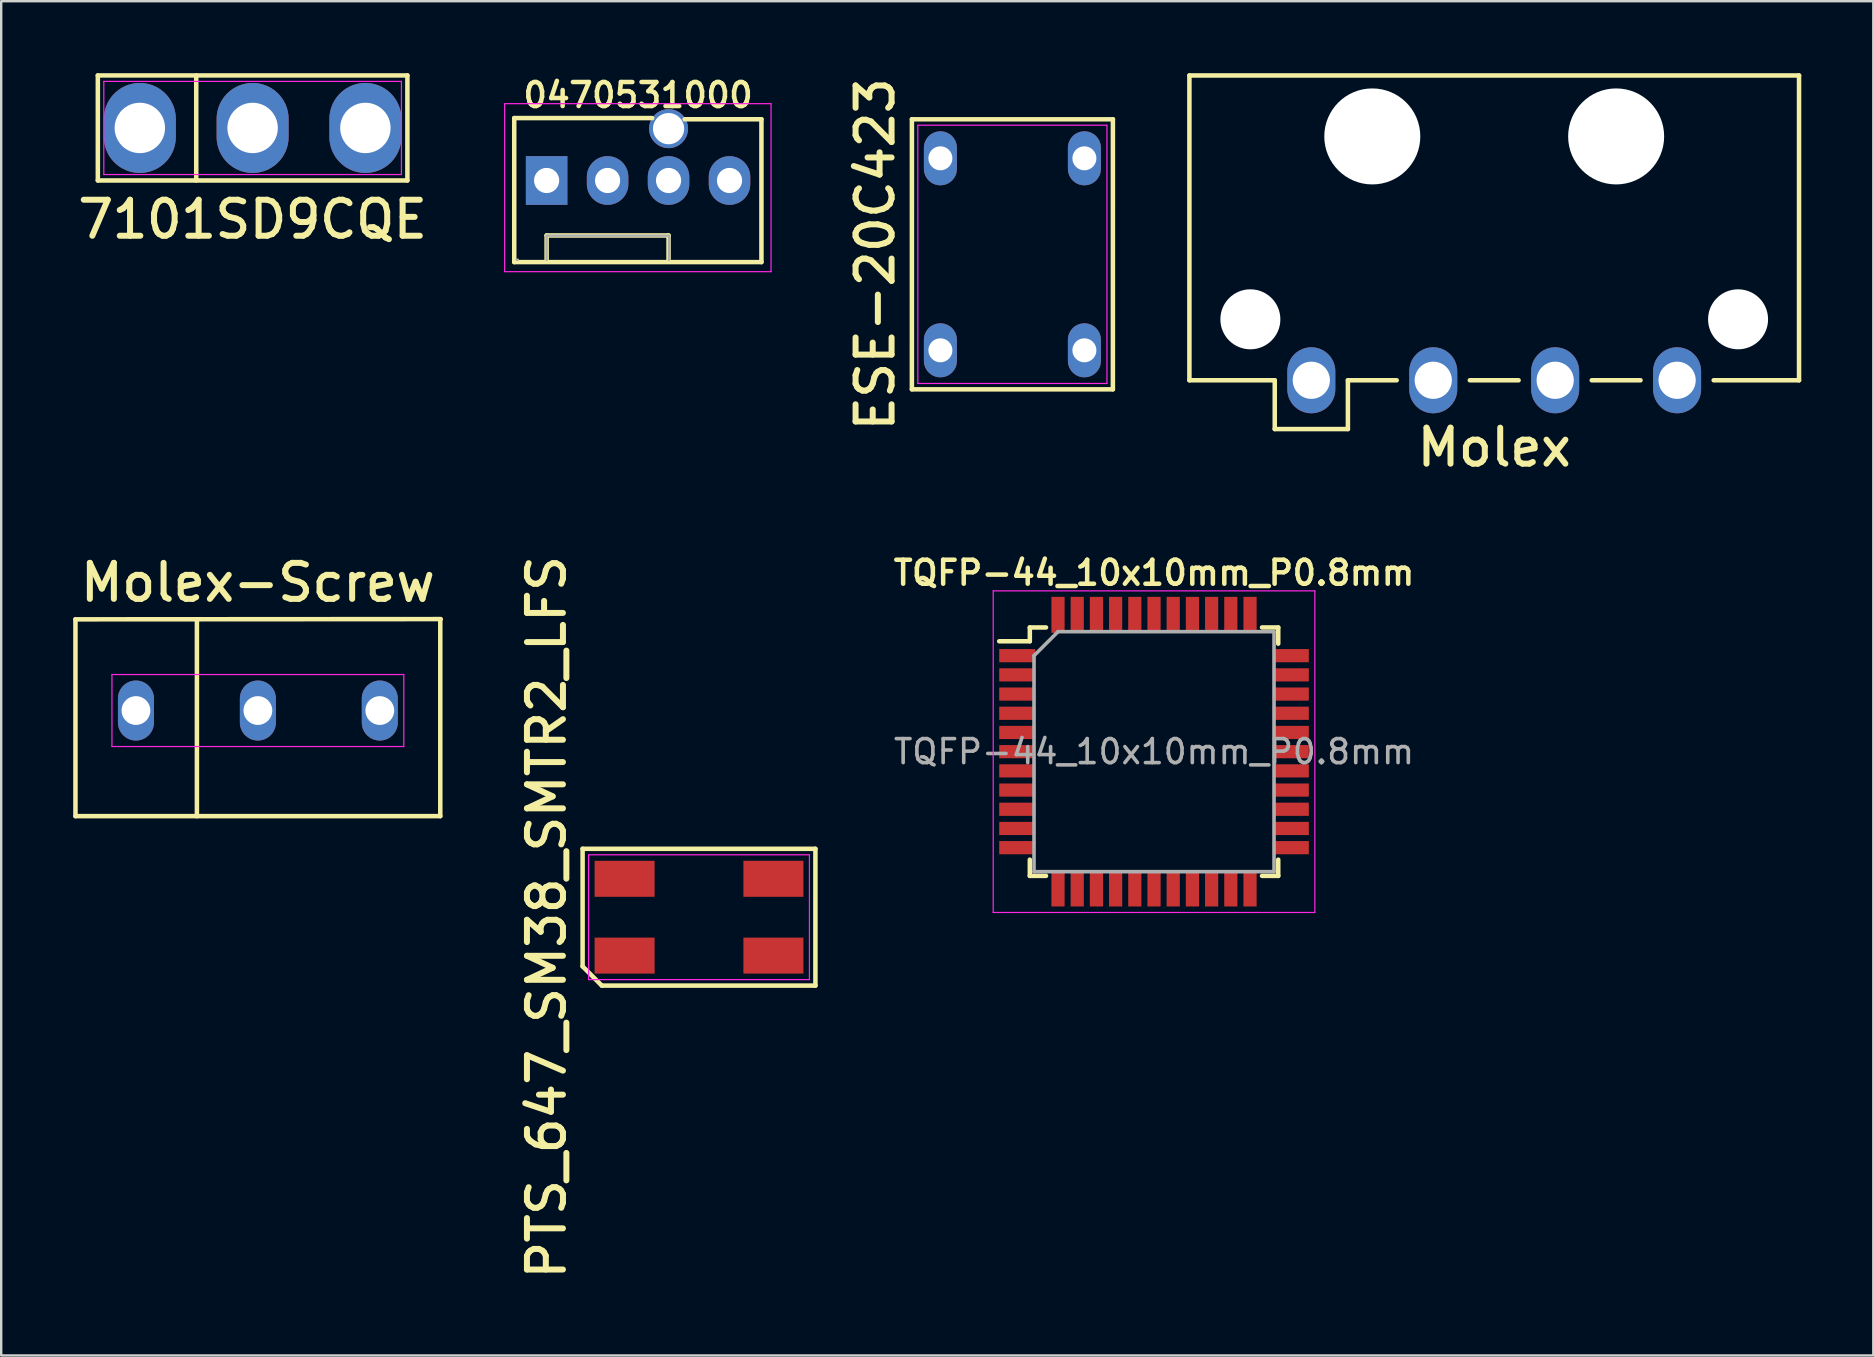
<source format=kicad_pcb>
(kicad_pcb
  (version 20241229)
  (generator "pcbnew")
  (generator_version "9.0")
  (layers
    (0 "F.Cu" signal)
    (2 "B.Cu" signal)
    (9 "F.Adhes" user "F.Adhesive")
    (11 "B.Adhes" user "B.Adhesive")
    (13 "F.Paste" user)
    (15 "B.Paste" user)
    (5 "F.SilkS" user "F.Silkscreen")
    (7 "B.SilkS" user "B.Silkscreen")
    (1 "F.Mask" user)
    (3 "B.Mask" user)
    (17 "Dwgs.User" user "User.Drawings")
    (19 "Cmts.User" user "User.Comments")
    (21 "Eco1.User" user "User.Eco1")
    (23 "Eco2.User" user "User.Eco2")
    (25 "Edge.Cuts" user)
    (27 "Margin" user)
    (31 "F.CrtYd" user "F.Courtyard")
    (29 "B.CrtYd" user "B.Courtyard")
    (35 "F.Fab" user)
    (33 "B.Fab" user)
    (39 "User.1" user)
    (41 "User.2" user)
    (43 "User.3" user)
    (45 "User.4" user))
  (footprint "7101SD9CQE"
    (layer "F.Cu")
    (at 7.475 2.281)
    (property "Reference" "7101SD9CQE" (at 0 3.81 0) (layer "F.SilkS") (effects (font (size 1.5 1.5) (thickness 0.25))))
    (attr through_hole)
    (fp_line (start -6.449 -2.188) (end 6.449 -2.188) (stroke (width 0.188) (type solid)) (layer "F.SilkS"))
    (fp_line (start -6.449 2.188) (end -6.449 -2.188) (stroke (width 0.188) (type solid)) (layer "F.SilkS"))
    (fp_line (start -2.349 -2.188) (end -2.349 2.188) (stroke (width 0.188) (type solid)) (layer "F.SilkS"))
    (fp_line (start 6.449 -2.188) (end 6.449 2.188) (stroke (width 0.188) (type solid)) (layer "F.SilkS"))
    (fp_line (start 6.449 2.188) (end -6.449 2.188) (stroke (width 0.188) (type solid)) (layer "F.SilkS"))
    (fp_line (start -6.2 -1.94) (end 6.2 -1.94) (stroke (width 0.05) (type solid)) (layer "F.CrtYd"))
    (fp_line (start -6.2 1.94) (end -6.2 -1.94) (stroke (width 0.05) (type solid)) (layer "F.CrtYd"))
    (fp_line (start 6.2 -1.94) (end 6.2 1.94) (stroke (width 0.05) (type solid)) (layer "F.CrtYd"))
    (fp_line (start 6.2 1.94) (end -6.2 1.94) (stroke (width 0.05) (type solid)) (layer "F.CrtYd"))
    (pad "1" thru_hole oval (at -4.699 0) (size 3 3.75) (drill 2.1) (layers "*.Cu" "*.Mask"))
    (pad "2" thru_hole oval (at 0 0) (size 3 3.75) (drill 2.1) (layers "*.Cu" "*.Mask"))
    (pad "3" thru_hole oval (at 4.699 0) (size 3 3.75) (drill 2.1) (layers "*.Cu" "*.Mask")))
  (footprint "TQFP-44_10x10mm_P0.8mm"
    (layer "F.Cu")
    (at 45.032 28.268)
    (property "Reference" "TQFP-44_10x10mm_P0.8mm" (at 0 -7.45 0) (layer "F.SilkS") (effects (font (size 1 1) (thickness 0.188))))
    (attr smd)
    (fp_line (start -5.175 -5.175) (end -5.175 -4.6) (stroke (width 0.188) (type solid)) (layer "F.SilkS"))
    (fp_line (start -5.175 -5.175) (end -4.5 -5.175) (stroke (width 0.188) (type solid)) (layer "F.SilkS"))
    (fp_line (start -5.175 -4.6) (end -6.45 -4.6) (stroke (width 0.188) (type solid)) (layer "F.SilkS"))
    (fp_line (start -5.175 5.175) (end -5.175 4.5) (stroke (width 0.188) (type solid)) (layer "F.SilkS"))
    (fp_line (start -5.175 5.175) (end -4.5 5.175) (stroke (width 0.188) (type solid)) (layer "F.SilkS"))
    (fp_line (start 5.175 -5.175) (end 4.5 -5.175) (stroke (width 0.188) (type solid)) (layer "F.SilkS"))
    (fp_line (start 5.175 -5.175) (end 5.175 -4.5) (stroke (width 0.188) (type solid)) (layer "F.SilkS"))
    (fp_line (start 5.175 5.175) (end 4.5 5.175) (stroke (width 0.188) (type solid)) (layer "F.SilkS"))
    (fp_line (start 5.175 5.175) (end 5.175 4.5) (stroke (width 0.188) (type solid)) (layer "F.SilkS"))
    (fp_line (start -6.7 -6.7) (end -6.7 6.7) (stroke (width 0.05) (type solid)) (layer "F.CrtYd"))
    (fp_line (start -6.7 -6.7) (end 6.7 -6.7) (stroke (width 0.05) (type solid)) (layer "F.CrtYd"))
    (fp_line (start -6.7 6.7) (end 6.7 6.7) (stroke (width 0.05) (type solid)) (layer "F.CrtYd"))
    (fp_line (start 6.7 -6.7) (end 6.7 6.7) (stroke (width 0.05) (type solid)) (layer "F.CrtYd"))
    (fp_line (start -5 -4) (end -4 -5) (stroke (width 0.15) (type solid)) (layer "F.Fab"))
    (fp_line (start -5 5) (end -5 -4) (stroke (width 0.15) (type solid)) (layer "F.Fab"))
    (fp_line (start -4 -5) (end 5 -5) (stroke (width 0.15) (type solid)) (layer "F.Fab"))
    (fp_line (start 5 -5) (end 5 5) (stroke (width 0.15) (type solid)) (layer "F.Fab"))
    (fp_line (start 5 5) (end -5 5) (stroke (width 0.15) (type solid)) (layer "F.Fab"))
    (fp_text user "${REFERENCE}" (at 0 0 0) (layer "F.Fab") (effects (font (size 1 1) (thickness 0.15))))
    (pad "1" smd rect (at -5.7 -4) (size 1.5 0.55) (layers "F.Cu" "F.Mask" "F.Paste"))
    (pad "2" smd rect (at -5.7 -3.2) (size 1.5 0.55) (layers "F.Cu" "F.Mask" "F.Paste"))
    (pad "3" smd rect (at -5.7 -2.4) (size 1.5 0.55) (layers "F.Cu" "F.Mask" "F.Paste"))
    (pad "4" smd rect (at -5.7 -1.6) (size 1.5 0.55) (layers "F.Cu" "F.Mask" "F.Paste"))
    (pad "5" smd rect (at -5.7 -0.8) (size 1.5 0.55) (layers "F.Cu" "F.Mask" "F.Paste"))
    (pad "6" smd rect (at -5.7 0) (size 1.5 0.55) (layers "F.Cu" "F.Mask" "F.Paste"))
    (pad "7" smd rect (at -5.7 0.8) (size 1.5 0.55) (layers "F.Cu" "F.Mask" "F.Paste"))
    (pad "8" smd rect (at -5.7 1.6) (size 1.5 0.55) (layers "F.Cu" "F.Mask" "F.Paste"))
    (pad "9" smd rect (at -5.7 2.4) (size 1.5 0.55) (layers "F.Cu" "F.Mask" "F.Paste"))
    (pad "10" smd rect (at -5.7 3.2) (size 1.5 0.55) (layers "F.Cu" "F.Mask" "F.Paste"))
    (pad "11" smd rect (at -5.7 4) (size 1.5 0.55) (layers "F.Cu" "F.Mask" "F.Paste"))
    (pad "12" smd rect (at -4 5.7 90) (size 1.5 0.55) (layers "F.Cu" "F.Mask" "F.Paste"))
    (pad "13" smd rect (at -3.2 5.7 90) (size 1.5 0.55) (layers "F.Cu" "F.Mask" "F.Paste"))
    (pad "14" smd rect (at -2.4 5.7 90) (size 1.5 0.55) (layers "F.Cu" "F.Mask" "F.Paste"))
    (pad "15" smd rect (at -1.6 5.7 90) (size 1.5 0.55) (layers "F.Cu" "F.Mask" "F.Paste"))
    (pad "16" smd rect (at -0.8 5.7 90) (size 1.5 0.55) (layers "F.Cu" "F.Mask" "F.Paste"))
    (pad "17" smd rect (at 0 5.7 90) (size 1.5 0.55) (layers "F.Cu" "F.Mask" "F.Paste"))
    (pad "18" smd rect (at 0.8 5.7 90) (size 1.5 0.55) (layers "F.Cu" "F.Mask" "F.Paste"))
    (pad "19" smd rect (at 1.6 5.7 90) (size 1.5 0.55) (layers "F.Cu" "F.Mask" "F.Paste"))
    (pad "20" smd rect (at 2.4 5.7 90) (size 1.5 0.55) (layers "F.Cu" "F.Mask" "F.Paste"))
    (pad "21" smd rect (at 3.2 5.7 90) (size 1.5 0.55) (layers "F.Cu" "F.Mask" "F.Paste"))
    (pad "22" smd rect (at 4 5.7 90) (size 1.5 0.55) (layers "F.Cu" "F.Mask" "F.Paste"))
    (pad "23" smd rect (at 5.7 4) (size 1.5 0.55) (layers "F.Cu" "F.Mask" "F.Paste"))
    (pad "24" smd rect (at 5.7 3.2) (size 1.5 0.55) (layers "F.Cu" "F.Mask" "F.Paste"))
    (pad "25" smd rect (at 5.7 2.4) (size 1.5 0.55) (layers "F.Cu" "F.Mask" "F.Paste"))
    (pad "26" smd rect (at 5.7 1.6) (size 1.5 0.55) (layers "F.Cu" "F.Mask" "F.Paste"))
    (pad "27" smd rect (at 5.7 0.8) (size 1.5 0.55) (layers "F.Cu" "F.Mask" "F.Paste"))
    (pad "28" smd rect (at 5.7 0) (size 1.5 0.55) (layers "F.Cu" "F.Mask" "F.Paste"))
    (pad "29" smd rect (at 5.7 -0.8) (size 1.5 0.55) (layers "F.Cu" "F.Mask" "F.Paste"))
    (pad "30" smd rect (at 5.7 -1.6) (size 1.5 0.55) (layers "F.Cu" "F.Mask" "F.Paste"))
    (pad "31" smd rect (at 5.7 -2.4) (size 1.5 0.55) (layers "F.Cu" "F.Mask" "F.Paste"))
    (pad "32" smd rect (at 5.7 -3.2) (size 1.5 0.55) (layers "F.Cu" "F.Mask" "F.Paste"))
    (pad "33" smd rect (at 5.7 -4) (size 1.5 0.55) (layers "F.Cu" "F.Mask" "F.Paste"))
    (pad "34" smd rect (at 4 -5.7 90) (size 1.5 0.55) (layers "F.Cu" "F.Mask" "F.Paste"))
    (pad "35" smd rect (at 3.2 -5.7 90) (size 1.5 0.55) (layers "F.Cu" "F.Mask" "F.Paste"))
    (pad "36" smd rect (at 2.4 -5.7 90) (size 1.5 0.55) (layers "F.Cu" "F.Mask" "F.Paste"))
    (pad "37" smd rect (at 1.6 -5.7 90) (size 1.5 0.55) (layers "F.Cu" "F.Mask" "F.Paste"))
    (pad "38" smd rect (at 0.8 -5.7 90) (size 1.5 0.55) (layers "F.Cu" "F.Mask" "F.Paste"))
    (pad "39" smd rect (at 0 -5.7 90) (size 1.5 0.55) (layers "F.Cu" "F.Mask" "F.Paste"))
    (pad "40" smd rect (at -0.8 -5.7 90) (size 1.5 0.55) (layers "F.Cu" "F.Mask" "F.Paste"))
    (pad "41" smd rect (at -1.6 -5.7 90) (size 1.5 0.55) (layers "F.Cu" "F.Mask" "F.Paste"))
    (pad "42" smd rect (at -2.4 -5.7 90) (size 1.5 0.55) (layers "F.Cu" "F.Mask" "F.Paste"))
    (pad "43" smd rect (at -3.2 -5.7 90) (size 1.5 0.55) (layers "F.Cu" "F.Mask" "F.Paste"))
    (pad "44" smd rect (at -4 -5.7 90) (size 1.5 0.55) (layers "F.Cu" "F.Mask" "F.Paste")))
  (footprint "Molex"
    (layer "F.Cu")
    (at 59.206 12.794)
    (property "Reference" "Molex" (at 0 2.794 0) (layer "F.SilkS") (effects (font (size 1.5 1.5) (thickness 0.25))))
    (attr through_hole)
    (fp_line (start -12.7 -12.7) (end 12.7 -12.7) (stroke (width 0.188) (type solid)) (layer "F.SilkS"))
    (fp_line (start -12.7 0) (end -12.7 -12.7) (stroke (width 0.188) (type solid)) (layer "F.SilkS"))
    (fp_line (start -9.144 0) (end -12.7 0) (stroke (width 0.188) (type solid)) (layer "F.SilkS"))
    (fp_line (start -9.144 2.032) (end -9.144 0) (stroke (width 0.188) (type solid)) (layer "F.SilkS"))
    (fp_line (start -6.096 0) (end -6.096 2.032) (stroke (width 0.188) (type solid)) (layer "F.SilkS"))
    (fp_line (start -6.096 2.032) (end -9.144 2.032) (stroke (width 0.188) (type solid)) (layer "F.SilkS"))
    (fp_line (start -4.064 0) (end -6.096 0) (stroke (width 0.188) (type solid)) (layer "F.SilkS"))
    (fp_line (start 1.016 0) (end -1.016 0) (stroke (width 0.188) (type solid)) (layer "F.SilkS"))
    (fp_line (start 6.096 0) (end 4.064 0) (stroke (width 0.188) (type solid)) (layer "F.SilkS"))
    (fp_line (start 12.7 -12.7) (end 12.7 0) (stroke (width 0.188) (type solid)) (layer "F.SilkS"))
    (fp_line (start 12.7 0) (end 9.144 0) (stroke (width 0.188) (type solid)) (layer "F.SilkS"))
    (pad "" np_thru_hole circle (at -10.16 -2.54) (size 2.5 2.5) (drill 2.5) (layers "*.Cu" "*.Mask"))
    (pad "" np_thru_hole circle (at -5.08 -10.16) (size 4 4) (drill 4) (layers "*.Cu" "*.Mask"))
    (pad "" np_thru_hole circle (at 5.08 -10.16) (size 4 4) (drill 4) (layers "*.Cu" "*.Mask"))
    (pad "" np_thru_hole circle (at 10.16 -2.54) (size 2.5 2.5) (drill 2.5) (layers "*.Cu" "*.Mask"))
    (pad "1" thru_hole oval (at -7.62 0) (size 2 2.75) (drill 1.55) (layers "*.Cu" "*.Mask"))
    (pad "2" thru_hole oval (at -2.54 0) (size 2 2.75) (drill 1.55) (layers "*.Cu" "*.Mask"))
    (pad "3" thru_hole oval (at 2.54 0) (size 2 2.75) (drill 1.55) (layers "*.Cu" "*.Mask"))
    (pad "4" thru_hole oval (at 7.62 0) (size 2 2.75) (drill 1.55) (layers "*.Cu" "*.Mask")))
  (footprint "PTS_647_SM38_SMTR2_LFS"
    (layer "F.Cu")
    (at 26.074 35.165)
    (property "Reference" "PTS_647_SM38_SMTR2_LFS" (at -6.35 0 90) (layer "F.SilkS") (effects (font (size 1.5 1.5) (thickness 0.25))))
    (attr smd)
    (fp_line (start -4.85 -2.85) (end 4.85 -2.85) (stroke (width 0.188) (type solid)) (layer "F.SilkS"))
    (fp_line (start -4.85 2.05) (end -4.85 -2.85) (stroke (width 0.188) (type solid)) (layer "F.SilkS"))
    (fp_line (start -4.05 2.85) (end -4.85 2.05) (stroke (width 0.188) (type solid)) (layer "F.SilkS"))
    (fp_line (start 4.85 -2.85) (end 4.85 2.85) (stroke (width 0.188) (type solid)) (layer "F.SilkS"))
    (fp_line (start 4.85 2.85) (end -4.05 2.85) (stroke (width 0.188) (type solid)) (layer "F.SilkS"))
    (fp_line (start -4.6 -2.6) (end 4.6 -2.6) (stroke (width 0.05) (type solid)) (layer "F.CrtYd"))
    (fp_line (start -4.6 2.6) (end -4.6 -2.6) (stroke (width 0.05) (type solid)) (layer "F.CrtYd"))
    (fp_line (start 4.6 -2.6) (end 4.6 2.6) (stroke (width 0.05) (type solid)) (layer "F.CrtYd"))
    (fp_line (start 4.6 2.6) (end -4.6 2.6) (stroke (width 0.05) (type solid)) (layer "F.CrtYd"))
    (pad "1" smd rect (at -3.1 -1.6) (size 2.5 1.5) (layers "F.Cu" "F.Mask" "F.Paste"))
    (pad "2" smd rect (at 3.1 -1.6) (size 2.5 1.5) (layers "F.Cu" "F.Mask" "F.Paste"))
    (pad "3" smd rect (at -3.1 1.6) (size 2.5 1.5) (layers "F.Cu" "F.Mask" "F.Paste"))
    (pad "4" smd rect (at 3.1 1.6) (size 2.5 1.5) (layers "F.Cu" "F.Mask" "F.Paste")))
  (footprint "ESE-20C423"
    (layer "F.Cu")
    (at 39.131 7.546)
    (property "Reference" "ESE-20C423" (at -5.715 0 90) (layer "F.SilkS") (effects (font (size 1.5 1.5) (thickness 0.25))))
    (attr through_hole)
    (fp_line (start -4.188 5.625) (end 4.187 5.625) (stroke (width 0.188) (type solid)) (layer "F.SilkS"))
    (fp_line (start -4.187 -5.625) (end -4.188 5.625) (stroke (width 0.188) (type solid)) (layer "F.SilkS"))
    (fp_line (start 4.187 5.625) (end 4.188 -5.625) (stroke (width 0.188) (type solid)) (layer "F.SilkS"))
    (fp_line (start 4.188 -5.625) (end -4.187 -5.625) (stroke (width 0.188) (type solid)) (layer "F.SilkS"))
    (fp_line (start -3.94 -5.38) (end 3.94 -5.38) (stroke (width 0.05) (type solid)) (layer "F.CrtYd"))
    (fp_line (start -3.94 5.38) (end -3.94 -5.38) (stroke (width 0.05) (type solid)) (layer "F.CrtYd"))
    (fp_line (start 3.94 -5.38) (end 3.94 5.38) (stroke (width 0.05) (type solid)) (layer "F.CrtYd"))
    (fp_line (start 3.94 5.38) (end -3.94 5.38) (stroke (width 0.05) (type solid)) (layer "F.CrtYd"))
    (pad "1" thru_hole oval (at -3 4) (size 1.375 2.25) (drill 1) (layers "*.Cu" "*.Mask"))
    (pad "2" thru_hole oval (at 3 4) (size 1.375 2.25) (drill 1) (layers "*.Cu" "*.Mask"))
    (pad "3" thru_hole oval (at 3 -4) (size 1.375 2.25) (drill 1) (layers "*.Cu" "*.Mask"))
    (pad "4" thru_hole oval (at -3 -4) (size 1.375 2.25) (drill 1) (layers "*.Cu" "*.Mask")))
  (footprint "0470531000"
    (layer "F.Cu")
    (at 19.725 4.47)
    (property "Reference" "0470531000" (at 3.81 -3.556 0) (layer "F.SilkS") (effects (font (size 1 1) (thickness 0.188))))
    (attr through_hole)
    (fp_line (start -1.35 -2.6) (end 4.4 -2.6) (stroke (width 0.188) (type solid)) (layer "F.SilkS"))
    (fp_line (start -1.35 3.4) (end -1.35 -2.6) (stroke (width 0.188) (type solid)) (layer "F.SilkS"))
    (fp_line (start 0 2.29) (end 5.08 2.29) (stroke (width 0.188) (type solid)) (layer "F.SilkS"))
    (fp_line (start 0 3.3) (end 0 2.29) (stroke (width 0.188) (type solid)) (layer "F.SilkS"))
    (fp_line (start 5.08 2.29) (end 5.08 3.3) (stroke (width 0.188) (type solid)) (layer "F.SilkS"))
    (fp_line (start 5.75 -2.55) (end 8.95 -2.55) (stroke (width 0.188) (type solid)) (layer "F.SilkS"))
    (fp_line (start 8.95 -2.55) (end 8.95 3.4) (stroke (width 0.188) (type solid)) (layer "F.SilkS"))
    (fp_line (start 8.95 3.4) (end -1.35 3.4) (stroke (width 0.188) (type solid)) (layer "F.SilkS"))
    (fp_line (start -1.75 3.8) (end -1.75 -3.2) (stroke (width 0.05) (type solid)) (layer "F.CrtYd"))
    (fp_line (start -1.75 3.8) (end 9.35 3.8) (stroke (width 0.05) (type solid)) (layer "F.CrtYd"))
    (fp_line (start 9.35 -3.2) (end -1.75 -3.2) (stroke (width 0.05) (type solid)) (layer "F.CrtYd"))
    (fp_line (start 9.35 -3.2) (end 9.35 3.8) (stroke (width 0.05) (type solid)) (layer "F.CrtYd"))
    (fp_line (start -1.2 3.3) (end -1.25 3.3) (stroke (width 0.1) (type solid)) (layer "F.Fab"))
    (fp_line (start 0 2.3) (end 0 3.3) (stroke (width 0.1) (type solid)) (layer "F.Fab"))
    (fp_line (start 5.1 2.3) (end 0 2.3) (stroke (width 0.1) (type solid)) (layer "F.Fab"))
    (fp_line (start 5.1 3.3) (end 5.1 2.3) (stroke (width 0.1) (type solid)) (layer "F.Fab"))
    (pad "" thru_hole circle (at 5.08 -2.16 90) (size 1.625 1.625) (drill 1.3) (layers "*.Cu" "*.Mask"))
    (pad "1" thru_hole rect (at 0 0 90) (size 2.03 1.73) (drill 1.05) (layers "*.Cu" "*.Mask"))
    (pad "2" thru_hole oval (at 2.54 0 90) (size 2.03 1.73) (drill 1.05) (layers "*.Cu" "*.Mask"))
    (pad "3" thru_hole oval (at 5.08 0 90) (size 2.03 1.73) (drill 1.05) (layers "*.Cu" "*.Mask"))
    (pad "4" thru_hole oval (at 7.62 0 90) (size 2.03 1.73) (drill 1.05) (layers "*.Cu" "*.Mask")))
  (footprint "Molex-Screw"
    (layer "F.Cu")
    (at 7.694 26.554)
    (property "Reference" "Molex-Screw" (at 0 -5.334 0) (layer "F.SilkS") (effects (font (size 1.5 1.5) (thickness 0.25))))
    (attr through_hole)
    (fp_line (start -7.6 -3.8) (end 7.62 -3.81) (stroke (width 0.188) (type solid)) (layer "F.SilkS"))
    (fp_line (start -7.6 4.4) (end -7.6 -3.8) (stroke (width 0.188) (type solid)) (layer "F.SilkS"))
    (fp_line (start -2.54 -3.8) (end -2.54 4.4) (stroke (width 0.188) (type solid)) (layer "F.SilkS"))
    (fp_line (start 7.6 -3.8) (end 7.6 4.4) (stroke (width 0.188) (type solid)) (layer "F.SilkS"))
    (fp_line (start 7.6 4.4) (end -7.6 4.4) (stroke (width 0.188) (type solid)) (layer "F.SilkS"))
    (fp_line (start -6.08 -1.5) (end 6.08 -1.5) (stroke (width 0.05) (type solid)) (layer "F.CrtYd"))
    (fp_line (start -6.08 1.5) (end -6.08 -1.5) (stroke (width 0.05) (type solid)) (layer "F.CrtYd"))
    (fp_line (start 6.08 -1.5) (end 6.08 1.5) (stroke (width 0.05) (type solid)) (layer "F.CrtYd"))
    (fp_line (start 6.08 1.5) (end -6.08 1.5) (stroke (width 0.05) (type solid)) (layer "F.CrtYd"))
    (pad "1" thru_hole oval (at -5.08 0) (size 1.5 2.5) (drill 1.2) (layers "*.Cu" "*.Mask"))
    (pad "2" thru_hole oval (at 0 0) (size 1.5 2.5) (drill 1.2) (layers "*.Cu" "*.Mask"))
    (pad "3" thru_hole oval (at 5.08 0) (size 1.5 2.5) (drill 1.2) (layers "*.Cu" "*.Mask")))
  (gr_rect
    (start -3 -3)
    (end 75 53.425)
    (stroke (width 0.1) (type default))
    (fill no)
    (layer "Edge.Cuts")))
</source>
